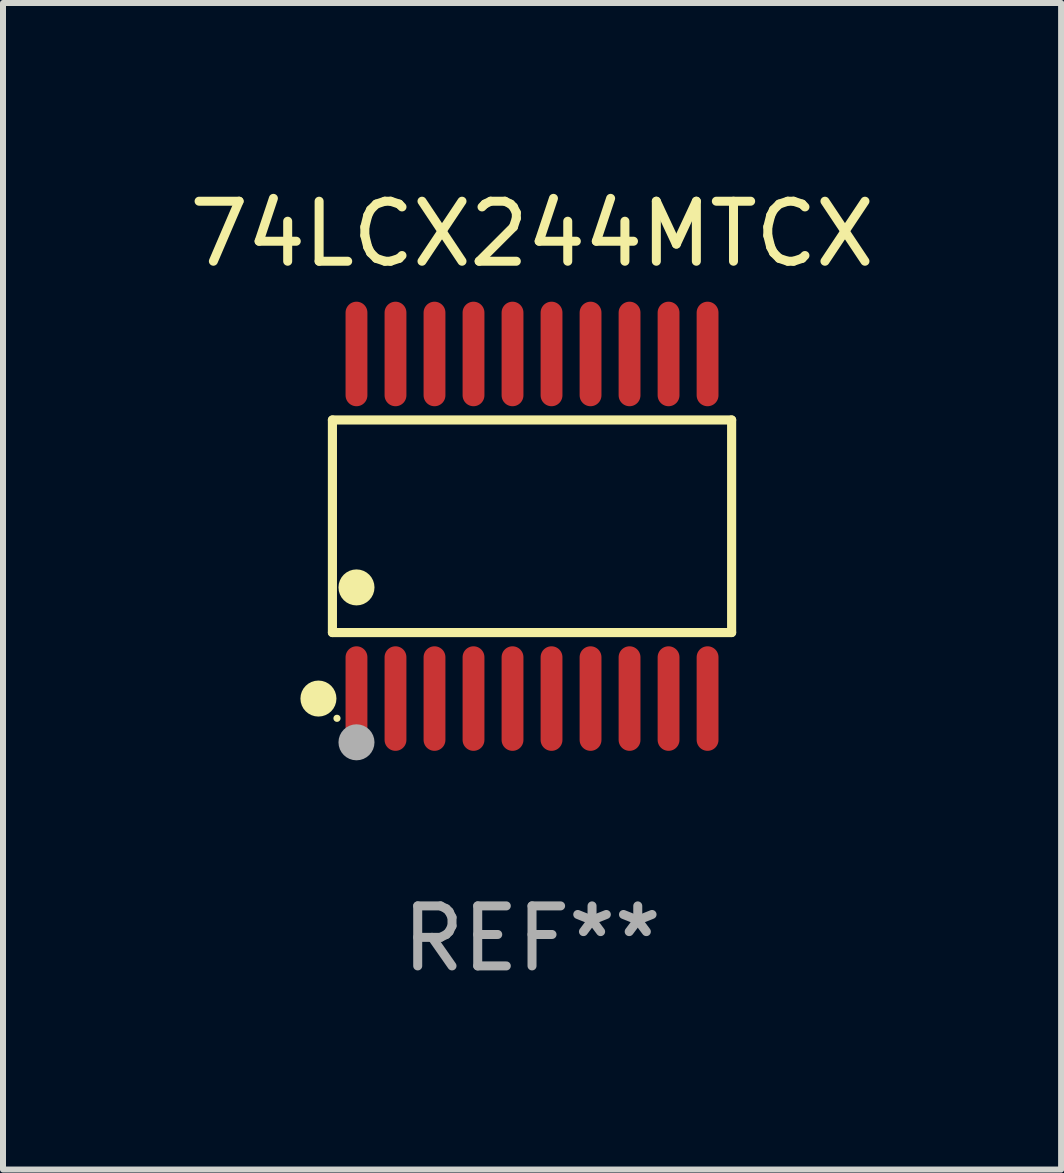
<source format=kicad_pcb>
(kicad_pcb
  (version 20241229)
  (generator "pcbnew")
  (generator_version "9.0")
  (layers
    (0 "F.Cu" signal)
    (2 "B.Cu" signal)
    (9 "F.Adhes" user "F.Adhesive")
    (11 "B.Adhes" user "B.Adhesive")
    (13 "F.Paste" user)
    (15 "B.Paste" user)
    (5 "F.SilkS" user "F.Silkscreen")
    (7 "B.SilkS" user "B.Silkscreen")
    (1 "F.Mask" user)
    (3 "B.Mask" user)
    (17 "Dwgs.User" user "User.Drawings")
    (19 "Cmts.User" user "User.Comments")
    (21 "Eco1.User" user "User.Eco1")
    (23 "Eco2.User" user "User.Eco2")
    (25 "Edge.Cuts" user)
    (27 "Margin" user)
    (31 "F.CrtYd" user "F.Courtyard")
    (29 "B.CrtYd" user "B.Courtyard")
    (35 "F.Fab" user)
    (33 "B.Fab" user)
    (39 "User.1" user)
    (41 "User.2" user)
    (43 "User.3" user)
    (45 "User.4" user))
  (footprint "74LCX244MTCX"
    (layer "F.Cu")
    (at 5.815 5.719)
    (property "Reference" "74LCX244MTCX" (at 0 -4.871 0) (layer "F.SilkS") (effects (font (size 1 1) (thickness 0.15))))
    (attr through_hole)
    (fp_line (start -3.326 -1.771) (end 3.326 -1.771) (stroke (width 0.152) (type solid)) (layer "F.SilkS"))
    (fp_line (start -3.326 1.771) (end -3.326 -1.771) (stroke (width 0.152) (type solid)) (layer "F.SilkS"))
    (fp_line (start 3.326 -1.771) (end 3.326 1.771) (stroke (width 0.152) (type solid)) (layer "F.SilkS"))
    (fp_line (start 3.326 1.771) (end -3.326 1.771) (stroke (width 0.152) (type solid)) (layer "F.SilkS"))
    (fp_circle (center -3.559 2.871) (end -3.409 2.871) (stroke (width 0.3) (type solid)) (fill no) (layer "F.SilkS"))
    (fp_circle (center -3.25 3.2) (end -3.22 3.2) (stroke (width 0.06) (type solid)) (fill no) (layer "F.SilkS"))
    (fp_circle (center -2.925 1.019) (end -2.775 1.019) (stroke (width 0.3) (type solid)) (fill no) (layer "F.SilkS"))
    (fp_circle (center -2.925 3.6) (end -2.775 3.6) (stroke (width 0.3) (type solid)) (fill no) (layer "F.Fab"))
    (fp_text user "REF**" (at 0 6.871 0) (layer "F.Fab") (effects (font (size 1 1) (thickness 0.15))))
    (pad "1" smd oval (at -2.925 2.871) (size 0.364 1.742) (layers "F.Cu" "F.Mask" "F.Paste"))
    (pad "2" smd oval (at -2.275 2.871) (size 0.364 1.742) (layers "F.Cu" "F.Mask" "F.Paste"))
    (pad "3" smd oval (at -1.625 2.871) (size 0.364 1.742) (layers "F.Cu" "F.Mask" "F.Paste"))
    (pad "4" smd oval (at -0.975 2.871) (size 0.364 1.742) (layers "F.Cu" "F.Mask" "F.Paste"))
    (pad "5" smd oval (at -0.325 2.871) (size 0.364 1.742) (layers "F.Cu" "F.Mask" "F.Paste"))
    (pad "6" smd oval (at 0.325 2.871) (size 0.364 1.742) (layers "F.Cu" "F.Mask" "F.Paste"))
    (pad "7" smd oval (at 0.975 2.871) (size 0.364 1.742) (layers "F.Cu" "F.Mask" "F.Paste"))
    (pad "8" smd oval (at 1.625 2.871) (size 0.364 1.742) (layers "F.Cu" "F.Mask" "F.Paste"))
    (pad "9" smd oval (at 2.275 2.871) (size 0.364 1.742) (layers "F.Cu" "F.Mask" "F.Paste"))
    (pad "10" smd oval (at 2.925 2.871) (size 0.364 1.742) (layers "F.Cu" "F.Mask" "F.Paste"))
    (pad "11" smd oval (at 2.925 -2.871) (size 0.364 1.742) (layers "F.Cu" "F.Mask" "F.Paste"))
    (pad "12" smd oval (at 2.275 -2.871) (size 0.364 1.742) (layers "F.Cu" "F.Mask" "F.Paste"))
    (pad "13" smd oval (at 1.625 -2.871) (size 0.364 1.742) (layers "F.Cu" "F.Mask" "F.Paste"))
    (pad "14" smd oval (at 0.975 -2.871) (size 0.364 1.742) (layers "F.Cu" "F.Mask" "F.Paste"))
    (pad "15" smd oval (at 0.325 -2.871) (size 0.364 1.742) (layers "F.Cu" "F.Mask" "F.Paste"))
    (pad "16" smd oval (at -0.325 -2.871) (size 0.364 1.742) (layers "F.Cu" "F.Mask" "F.Paste"))
    (pad "17" smd oval (at -0.975 -2.871) (size 0.364 1.742) (layers "F.Cu" "F.Mask" "F.Paste"))
    (pad "18" smd oval (at -1.625 -2.871) (size 0.364 1.742) (layers "F.Cu" "F.Mask" "F.Paste"))
    (pad "19" smd oval (at -2.275 -2.871) (size 0.364 1.742) (layers "F.Cu" "F.Mask" "F.Paste"))
    (pad "20" smd oval (at -2.925 -2.871) (size 0.364 1.742) (layers "F.Cu" "F.Mask" "F.Paste")))
  (gr_rect
    (start -3 -3)
    (end 14.631 16.438)
    (stroke (width 0.1) (type default))
    (fill no)
    (layer "Edge.Cuts")))
</source>
